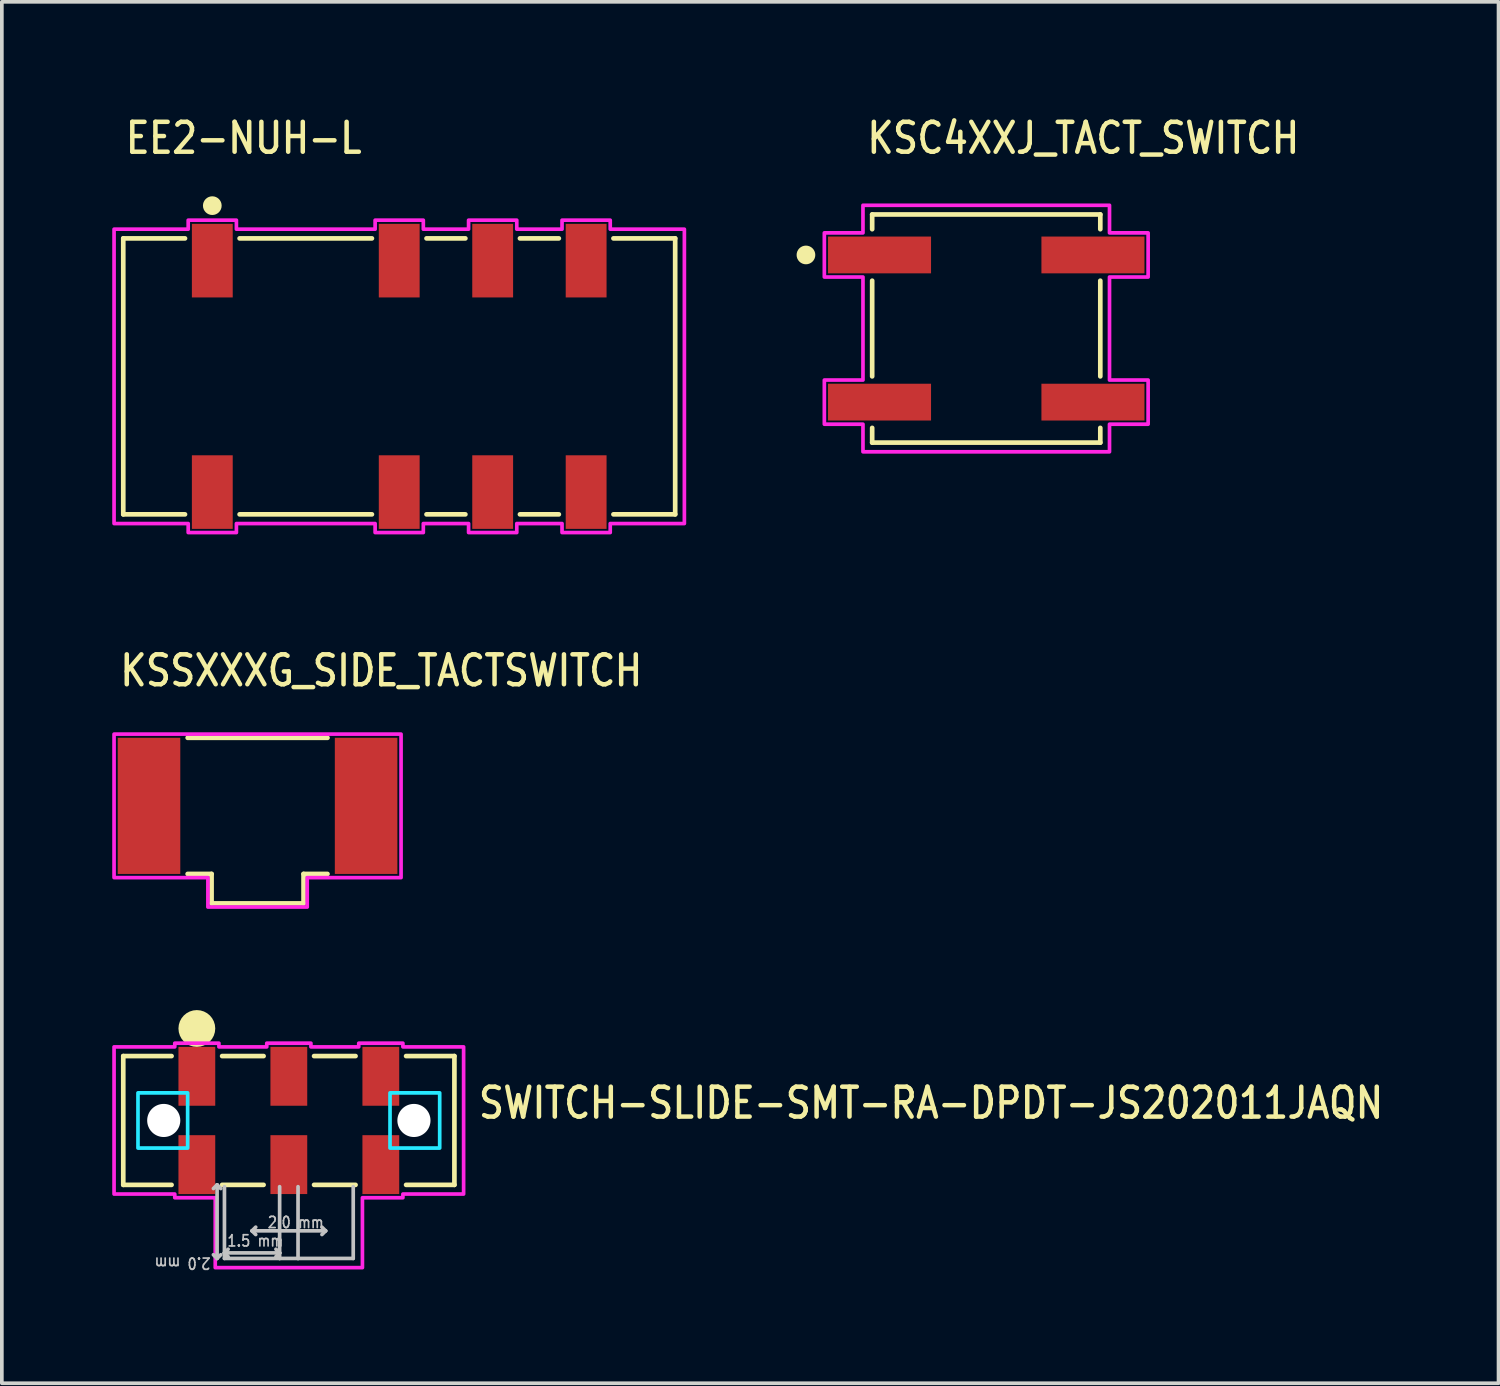
<source format=kicad_pcb>
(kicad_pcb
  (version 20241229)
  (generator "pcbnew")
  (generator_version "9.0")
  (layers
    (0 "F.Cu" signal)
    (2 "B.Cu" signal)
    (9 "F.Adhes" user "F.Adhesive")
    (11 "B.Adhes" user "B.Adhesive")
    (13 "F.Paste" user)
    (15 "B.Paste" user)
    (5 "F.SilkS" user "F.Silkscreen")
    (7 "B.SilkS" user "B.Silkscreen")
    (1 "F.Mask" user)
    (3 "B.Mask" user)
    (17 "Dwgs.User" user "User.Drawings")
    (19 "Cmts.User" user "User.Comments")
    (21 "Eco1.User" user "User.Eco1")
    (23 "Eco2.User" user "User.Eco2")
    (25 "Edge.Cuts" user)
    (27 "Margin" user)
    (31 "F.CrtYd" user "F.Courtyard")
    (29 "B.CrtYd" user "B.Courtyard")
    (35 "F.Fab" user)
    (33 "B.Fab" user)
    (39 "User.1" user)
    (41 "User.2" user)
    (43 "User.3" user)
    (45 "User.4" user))
  (footprint "KSC4XXJ_TACT_SWITCH"
    (layer "F.Cu")
    (at 23.754 5.879)
    (property "Reference" "KSC4XXJ_TACT_SWITCH" (at -3.3 -4.7 0) (unlocked yes) (layer "F.SilkS") (effects (font (size 0.813 0.695) (thickness 0.122)) (justify left bottom)))
    (fp_line (start -3.1 -3.1) (end -3.1 -2.7) (stroke (width 0.127) (type solid)) (layer "F.SilkS"))
    (fp_line (start -3.1 -1.3) (end -3.1 1.3) (stroke (width 0.127) (type solid)) (layer "F.SilkS"))
    (fp_line (start -3.1 2.7) (end -3.1 3.1) (stroke (width 0.127) (type solid)) (layer "F.SilkS"))
    (fp_line (start -3.1 3.1) (end 3.1 3.1) (stroke (width 0.127) (type solid)) (layer "F.SilkS"))
    (fp_line (start 3.1 -3.1) (end -3.1 -3.1) (stroke (width 0.127) (type solid)) (layer "F.SilkS"))
    (fp_line (start 3.1 -2.7) (end 3.1 -3.1) (stroke (width 0.127) (type solid)) (layer "F.SilkS"))
    (fp_line (start 3.1 -1.3) (end 3.1 1.3) (stroke (width 0.127) (type solid)) (layer "F.SilkS"))
    (fp_line (start 3.1 3.1) (end 3.1 2.7) (stroke (width 0.127) (type solid)) (layer "F.SilkS"))
    (fp_circle (center -4.9 -2) (end -4.646 -2) (stroke (width 0) (type solid)) (fill yes) (layer "F.SilkS"))
    (fp_poly (pts (xy -4.4 -2.6) (xy -3.35 -2.6) (xy -3.35 -3.35) (xy 3.35 -3.35) (xy 3.35 -2.6) (xy 4.4 -2.6) (xy 4.4 -1.4) (xy 3.35 -1.4) (xy 3.35 1.4) (xy 4.4 1.4) (xy 4.4 2.6) (xy 3.35 2.6) (xy 3.35 3.35) (xy -3.35 3.35) (xy -3.35 2.6) (xy -4.4 2.6) (xy -4.4 1.4) (xy -3.35 1.4) (xy -3.35 -1.4) (xy -4.4 -1.4)) (stroke (width 0.1) (type solid)) (fill no) (layer "F.CrtYd"))
    (pad "1" smd rect (at -2.9 -2) (size 2.8 1) (layers "F.Cu" "F.Mask" "F.Paste"))
    (pad "2" smd rect (at 2.9 -2) (size 2.8 1) (layers "F.Cu" "F.Mask" "F.Paste"))
    (pad "3" smd rect (at -2.9 2) (size 2.8 1) (layers "F.Cu" "F.Mask" "F.Paste"))
    (pad "4" smd rect (at 2.9 2) (size 2.8 1) (layers "F.Cu" "F.Mask" "F.Paste")))
  (footprint "SWITCH-SLIDE-SMT-RA-DPDT-JS202011JAQN"
    (layer "F.Cu")
    (at 4.8 27.402)
    (property "Reference" "SWITCH-SLIDE-SMT-RA-DPDT-JS202011JAQN" (at 5.096 0 0) (unlocked yes) (layer "F.SilkS") (effects (font (size 0.813 0.695) (thickness 0.122)) (justify left bottom)))
    (fp_line (start -4.5 -1.75) (end -4.5 1.75) (stroke (width 0.127) (type solid)) (layer "F.SilkS"))
    (fp_line (start -3.187 -1.75) (end -4.5 -1.75) (stroke (width 0.127) (type solid)) (layer "F.SilkS"))
    (fp_line (start -3.187 1.75) (end -4.5 1.75) (stroke (width 0.127) (type solid)) (layer "F.SilkS"))
    (fp_line (start -0.686 -1.75) (end -1.813 -1.75) (stroke (width 0.127) (type solid)) (layer "F.SilkS"))
    (fp_line (start -0.686 1.75) (end -1.813 1.75) (stroke (width 0.127) (type solid)) (layer "F.SilkS"))
    (fp_line (start 1.813 -1.75) (end 0.686 -1.75) (stroke (width 0.127) (type solid)) (layer "F.SilkS"))
    (fp_line (start 1.813 1.75) (end 0.686 1.75) (stroke (width 0.127) (type solid)) (layer "F.SilkS"))
    (fp_line (start 3.187 -1.75) (end 4.5 -1.75) (stroke (width 0.127) (type solid)) (layer "F.SilkS"))
    (fp_line (start 3.187 1.75) (end 4.5 1.75) (stroke (width 0.127) (type solid)) (layer "F.SilkS"))
    (fp_line (start 4.5 -1.75) (end 4.5 1.75) (stroke (width 0.127) (type solid)) (layer "F.SilkS"))
    (fp_circle (center -2.5 -2.5) (end -2.5 -2.5) (stroke (width 0.5) (type solid)) (fill no) (layer "F.SilkS"))
    (fp_line (start -1.95 1.75) (end -2.05 1.85) (stroke (width 0.1) (type solid)) (layer "Dwgs.User"))
    (fp_line (start -1.95 1.75) (end -1.95 3.75) (stroke (width 0.1) (type solid)) (layer "Dwgs.User"))
    (fp_line (start -1.95 3.75) (end -2.05 3.65) (stroke (width 0.1) (type solid)) (layer "Dwgs.User"))
    (fp_line (start -1.95 3.75) (end -1.85 3.65) (stroke (width 0.1) (type solid)) (layer "Dwgs.User"))
    (fp_line (start -1.85 1.85) (end -1.95 1.75) (stroke (width 0.1) (type solid)) (layer "Dwgs.User"))
    (fp_line (start -1.75 3.6) (end -1.75 1.8) (stroke (width 0.1) (type solid)) (layer "Dwgs.User"))
    (fp_line (start -1.75 3.6) (end -1.65 3.5) (stroke (width 0.1) (type solid)) (layer "Dwgs.User"))
    (fp_line (start -1.75 3.6) (end -1.65 3.7) (stroke (width 0.1) (type solid)) (layer "Dwgs.User"))
    (fp_line (start -1.75 3.6) (end -0.25 3.6) (stroke (width 0.1) (type solid)) (layer "Dwgs.User"))
    (fp_line (start -1.75 3.75) (end -1.75 3.6) (stroke (width 0.1) (type solid)) (layer "Dwgs.User"))
    (fp_line (start -1 3) (end -0.9 2.9) (stroke (width 0.1) (type solid)) (layer "Dwgs.User"))
    (fp_line (start -1 3) (end -0.9 3.1) (stroke (width 0.1) (type solid)) (layer "Dwgs.User"))
    (fp_line (start -0.25 1.8) (end -0.25 3.6) (stroke (width 0.1) (type solid)) (layer "Dwgs.User"))
    (fp_line (start -0.25 3.6) (end -0.35 3.5) (stroke (width 0.1) (type solid)) (layer "Dwgs.User"))
    (fp_line (start -0.25 3.6) (end -0.35 3.7) (stroke (width 0.1) (type solid)) (layer "Dwgs.User"))
    (fp_line (start -0.25 3.6) (end -0.25 3.75) (stroke (width 0.1) (type solid)) (layer "Dwgs.User"))
    (fp_line (start -0.25 3.75) (end -1.75 3.75) (stroke (width 0.1) (type solid)) (layer "Dwgs.User"))
    (fp_line (start 0.25 1.8) (end 0.25 3.75) (stroke (width 0.1) (type solid)) (layer "Dwgs.User"))
    (fp_line (start 0.25 3.75) (end -0.25 3.75) (stroke (width 0.1) (type solid)) (layer "Dwgs.User"))
    (fp_line (start 1 3) (end -1 3) (stroke (width 0.1) (type solid)) (layer "Dwgs.User"))
    (fp_line (start 1 3) (end 0.9 2.9) (stroke (width 0.1) (type solid)) (layer "Dwgs.User"))
    (fp_line (start 1 3) (end 0.9 3.1) (stroke (width 0.1) (type solid)) (layer "Dwgs.User"))
    (fp_line (start 1.75 1.8) (end 1.75 3.75) (stroke (width 0.1) (type solid)) (layer "Dwgs.User"))
    (fp_line (start 1.75 3.75) (end 0.25 3.75) (stroke (width 0.1) (type solid)) (layer "Dwgs.User"))
    (fp_poly (pts (xy -4.1 -0.75) (xy -2.75 -0.75) (xy -2.75 0.75) (xy -4.1 0.75)) (stroke (width 0.1) (type solid)) (fill no) (layer "B.CrtYd"))
    (fp_poly (pts (xy 2.75 -0.75) (xy 4.1 -0.75) (xy 4.1 0.75) (xy 2.75 0.75)) (stroke (width 0.1) (type solid)) (fill no) (layer "B.CrtYd"))
    (fp_poly (pts (xy -4.75 -2) (xy -3.1 -2) (xy -3.1 -2.1) (xy -1.9 -2.1) (xy -1.9 -2) (xy -0.6 -2) (xy -0.6 -2.1) (xy 0.6 -2.1) (xy 0.6 -2) (xy 1.9 -2) (xy 1.9 -2.1) (xy 3.1 -2.1) (xy 3.1 -2) (xy 4.75 -2) (xy 4.75 2) (xy 3.1 2) (xy 3.1 2.1) (xy 2 2.1) (xy 2 4) (xy -2 4) (xy -2 2.1) (xy -3.1 2.1) (xy -3.1 2) (xy -4.75 2)) (stroke (width 0.1) (type solid)) (fill no) (layer "F.CrtYd"))
    (fp_text user "2.0 mm" (at -0.6 2.95 0) (unlocked yes) (layer "Dwgs.User") (effects (font (size 0.305 0.261) (thickness 0.046)) (justify left bottom)))
    (fp_text user "2.0 mm" (at -2.1 3.7 180) (unlocked yes) (layer "Dwgs.User") (effects (font (size 0.305 0.261) (thickness 0.046)) (justify left bottom)))
    (fp_text user "1.5 mm" (at -1.7 3.45 0) (unlocked yes) (layer "Dwgs.User") (effects (font (size 0.305 0.261) (thickness 0.046)) (justify left bottom)))
    (pad "" np_thru_hole circle (at -3.4 0) (size 0.9 0.9) (drill 0.9) (layers "*.Cu" "*.Mask"))
    (pad "" np_thru_hole circle (at 3.4 0) (size 0.9 0.9) (drill 0.9) (layers "*.Cu" "*.Mask"))
    (pad "1" smd rect (at -2.5 -1.2) (size 1 1.6) (layers "F.Cu" "F.Mask" "F.Paste"))
    (pad "2" smd rect (at 0 -1.2) (size 1 1.6) (layers "F.Cu" "F.Mask" "F.Paste"))
    (pad "3" smd rect (at 2.5 -1.2) (size 1 1.6) (layers "F.Cu" "F.Mask" "F.Paste"))
    (pad "5" smd rect (at -2.5 1.2) (size 1 1.6) (layers "F.Cu" "F.Mask" "F.Paste"))
    (pad "6" smd rect (at 0 1.2) (size 1 1.6) (layers "F.Cu" "F.Mask" "F.Paste"))
    (pad "7" smd rect (at 2.5 1.2) (size 1 1.6) (layers "F.Cu" "F.Mask" "F.Paste")))
  (footprint "KSSXXXG_SIDE_TACTSWITCH"
    (layer "F.Cu")
    (at 3.95 18.852)
    (property "Reference" "KSSXXXG_SIDE_TACTSWITCH" (at -3.8 -3.2 0) (unlocked yes) (layer "F.SilkS") (effects (font (size 0.813 0.695) (thickness 0.122)) (justify left bottom)))
    (fp_line (start -1.9 -1.85) (end 1.9 -1.85) (stroke (width 0.127) (type solid)) (layer "F.SilkS"))
    (fp_line (start -1.25 1.85) (end -1.9 1.85) (stroke (width 0.127) (type solid)) (layer "F.SilkS"))
    (fp_line (start -1.25 2.65) (end -1.25 1.85) (stroke (width 0.127) (type solid)) (layer "F.SilkS"))
    (fp_line (start -1.25 2.65) (end 1.25 2.65) (stroke (width 0.127) (type solid)) (layer "F.SilkS"))
    (fp_line (start 1.25 1.85) (end 1.9 1.85) (stroke (width 0.127) (type solid)) (layer "F.SilkS"))
    (fp_line (start 1.25 2.65) (end 1.25 1.85) (stroke (width 0.127) (type solid)) (layer "F.SilkS"))
    (fp_poly (pts (xy -3.9 -1.95) (xy 3.9 -1.95) (xy 3.9 1.95) (xy 1.35 1.95) (xy 1.35 2.75) (xy -1.35 2.75) (xy -1.35 1.95) (xy -3.9 1.95)) (stroke (width 0.1) (type solid)) (fill no) (layer "F.CrtYd"))
    (pad "1" smd rect (at -2.95 0) (size 1.7 3.7) (layers "F.Cu" "F.Mask" "F.Paste"))
    (pad "2" smd rect (at 2.95 0) (size 1.7 3.7) (layers "F.Cu" "F.Mask" "F.Paste")))
  (footprint "EE2-NUH-L"
    (layer "F.Cu")
    (at 7.8 7.179)
    (property "Reference" "EE2-NUH-L" (at -7.5 -6 0) (unlocked yes) (layer "F.SilkS") (effects (font (size 0.813 0.695) (thickness 0.122)) (justify left bottom)))
    (fp_line (start -7.5 -3.75) (end -5.822 -3.75) (stroke (width 0.127) (type solid)) (layer "F.SilkS"))
    (fp_line (start -7.5 3.75) (end -7.5 -3.75) (stroke (width 0.127) (type solid)) (layer "F.SilkS"))
    (fp_line (start -5.822 3.75) (end -7.5 3.75) (stroke (width 0.127) (type solid)) (layer "F.SilkS"))
    (fp_line (start -4.338 -3.75) (end -0.742 -3.75) (stroke (width 0.127) (type solid)) (layer "F.SilkS"))
    (fp_line (start -0.742 3.75) (end -4.338 3.75) (stroke (width 0.127) (type solid)) (layer "F.SilkS"))
    (fp_line (start 0.742 -3.75) (end 1.798 -3.75) (stroke (width 0.127) (type solid)) (layer "F.SilkS"))
    (fp_line (start 1.798 3.75) (end 0.742 3.75) (stroke (width 0.127) (type solid)) (layer "F.SilkS"))
    (fp_line (start 3.281 -3.75) (end 4.338 -3.75) (stroke (width 0.127) (type solid)) (layer "F.SilkS"))
    (fp_line (start 4.338 3.75) (end 3.281 3.75) (stroke (width 0.127) (type solid)) (layer "F.SilkS"))
    (fp_line (start 5.822 -3.75) (end 7.5 -3.75) (stroke (width 0.127) (type solid)) (layer "F.SilkS"))
    (fp_line (start 7.5 -3.75) (end 7.5 3.75) (stroke (width 0.127) (type solid)) (layer "F.SilkS"))
    (fp_line (start 7.5 3.75) (end 5.822 3.75) (stroke (width 0.127) (type solid)) (layer "F.SilkS"))
    (fp_circle (center -5.08 -4.64) (end -4.826 -4.64) (stroke (width 0) (type solid)) (fill yes) (layer "F.SilkS"))
    (fp_poly (pts (xy -7.75 -4) (xy -5.735 -4) (xy -5.735 -4.245) (xy -4.425 -4.245) (xy -4.425 -4) (xy -0.655 -4) (xy -0.655 -4.245) (xy 0.655 -4.245) (xy 0.655 -4) (xy 1.885 -4) (xy 1.885 -4.245) (xy 3.195 -4.245) (xy 3.195 -4) (xy 4.425 -4) (xy 4.425 -4.245) (xy 5.735 -4.245) (xy 5.735 -4) (xy 7.75 -4) (xy 7.75 4) (xy 5.735 4) (xy 5.735 4.245) (xy 4.425 4.245) (xy 4.425 4) (xy 3.195 4) (xy 3.195 4.245) (xy 1.885 4.245) (xy 1.885 4) (xy 0.655 4) (xy 0.655 4.245) (xy -0.655 4.245) (xy -0.655 4) (xy -4.425 4) (xy -4.425 4.245) (xy -5.735 4.245) (xy -5.735 4) (xy -7.75 4)) (stroke (width 0.1) (type solid)) (fill no) (layer "F.CrtYd"))
    (pad "1" smd rect (at -5.08 3.145) (size 1.11 2) (layers "F.Cu" "F.Mask" "F.Paste"))
    (pad "3" smd rect (at 0 3.145) (size 1.11 2) (layers "F.Cu" "F.Mask" "F.Paste"))
    (pad "4" smd rect (at 2.54 3.145) (size 1.11 2) (layers "F.Cu" "F.Mask" "F.Paste"))
    (pad "5" smd rect (at 5.08 3.145) (size 1.11 2) (layers "F.Cu" "F.Mask" "F.Paste"))
    (pad "8" smd rect (at 5.08 -3.145) (size 1.11 2) (layers "F.Cu" "F.Mask" "F.Paste"))
    (pad "9" smd rect (at 2.54 -3.145) (size 1.11 2) (layers "F.Cu" "F.Mask" "F.Paste"))
    (pad "10" smd rect (at 0 -3.145) (size 1.11 2) (layers "F.Cu" "F.Mask" "F.Paste"))
    (pad "12" smd rect (at -5.08 -3.145) (size 1.11 2) (layers "F.Cu" "F.Mask" "F.Paste")))
  (gr_rect
    (start -3 -3)
    (end 37.677 34.544)
    (stroke (width 0.1) (type default))
    (fill no)
    (layer "Edge.Cuts")))
</source>
